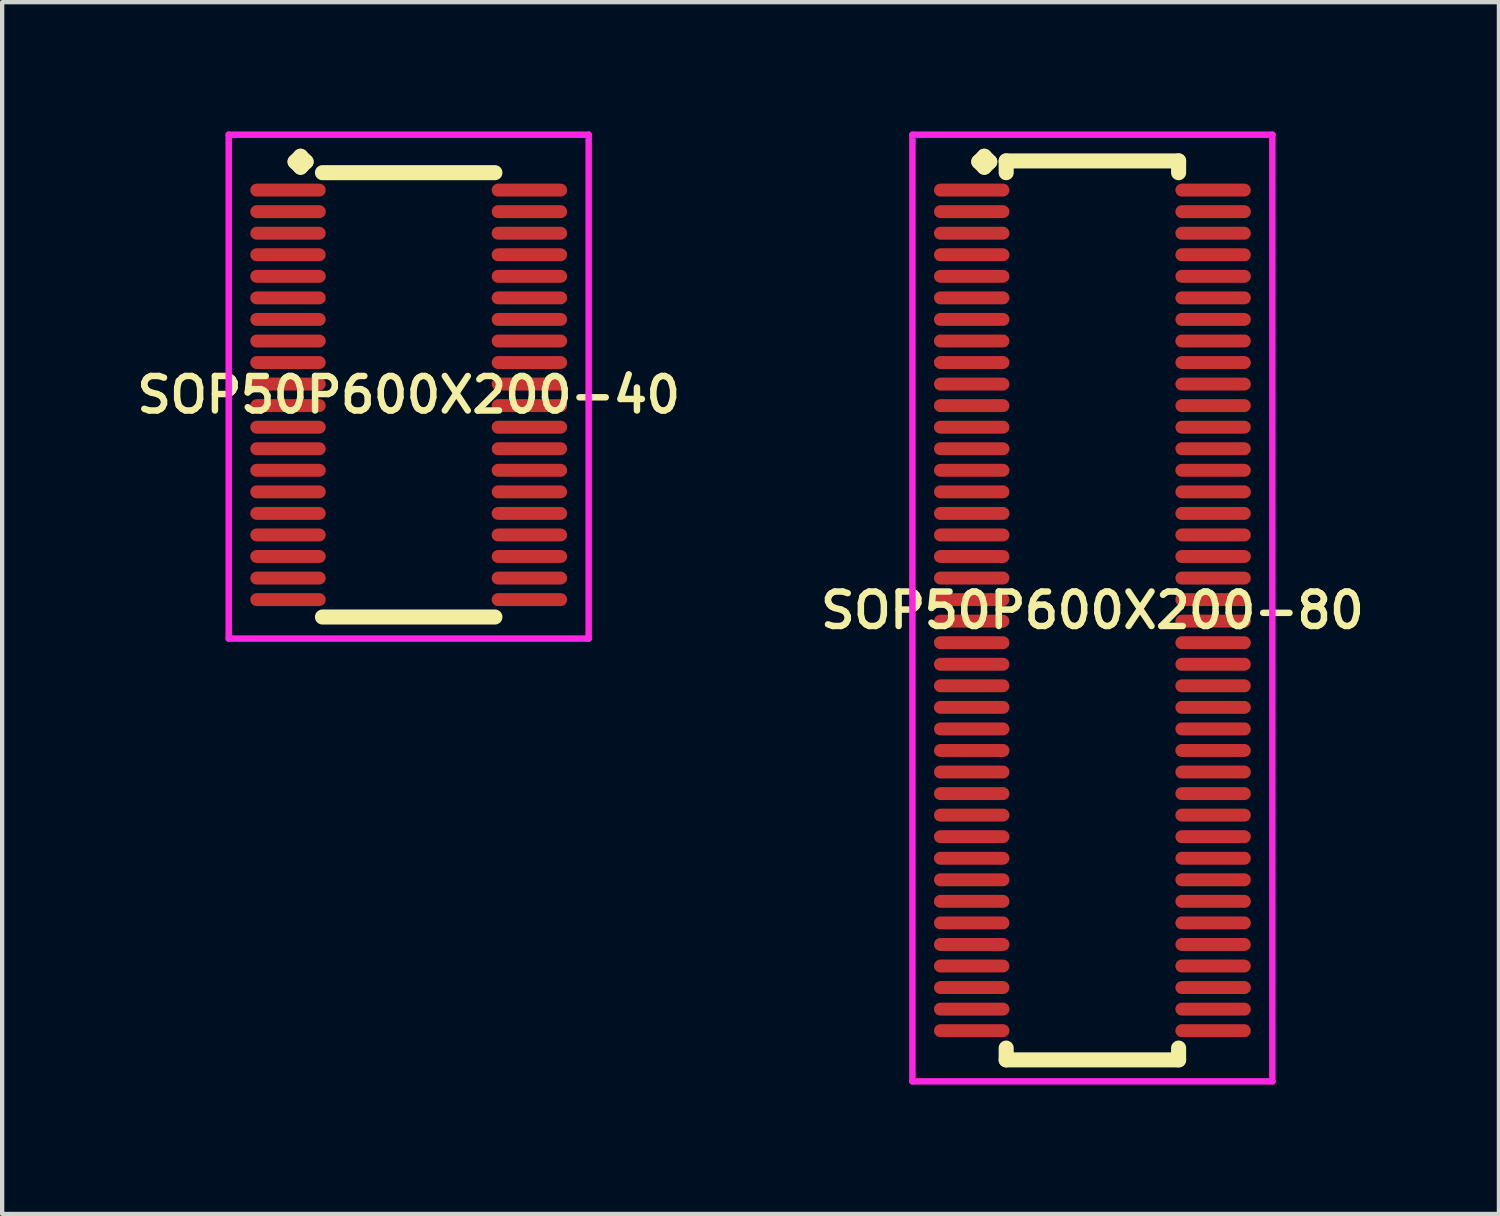
<source format=kicad_pcb>
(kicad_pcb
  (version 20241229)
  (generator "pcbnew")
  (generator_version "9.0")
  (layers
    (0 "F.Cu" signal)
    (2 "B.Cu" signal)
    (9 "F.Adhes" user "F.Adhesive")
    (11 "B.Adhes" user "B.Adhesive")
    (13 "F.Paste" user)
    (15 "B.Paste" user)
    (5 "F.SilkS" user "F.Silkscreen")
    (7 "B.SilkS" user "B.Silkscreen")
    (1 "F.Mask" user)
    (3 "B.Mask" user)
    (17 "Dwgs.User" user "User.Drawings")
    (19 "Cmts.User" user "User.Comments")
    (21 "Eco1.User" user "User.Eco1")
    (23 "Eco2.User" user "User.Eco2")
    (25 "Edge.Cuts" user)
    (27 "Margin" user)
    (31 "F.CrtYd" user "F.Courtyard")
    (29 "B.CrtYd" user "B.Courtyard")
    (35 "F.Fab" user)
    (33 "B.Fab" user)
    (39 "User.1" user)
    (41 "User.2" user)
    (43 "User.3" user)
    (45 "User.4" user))
  (footprint "SOP50P600X200-80"
    (layer "F.Cu")
    (at 22.292 11.11)
    (property "Reference" "SOP50P600X200-80" (at 0 0 0) (layer "F.SilkS") (effects (font (size 0.8 0.8) (thickness 0.15))))
    (attr smd)
    (fp_line (start -2.635 -10.408) (end -2.508 -10.535) (stroke (width 0.35) (type solid)) (layer "F.SilkS"))
    (fp_line (start -2.508 -10.535) (end -2.381 -10.408) (stroke (width 0.35) (type solid)) (layer "F.SilkS"))
    (fp_line (start -2.508 -10.281) (end -2.635 -10.408) (stroke (width 0.35) (type solid)) (layer "F.SilkS"))
    (fp_line (start -2.381 -10.408) (end -2.508 -10.281) (stroke (width 0.35) (type solid)) (layer "F.SilkS"))
    (fp_line (start -2 -10.427) (end 2 -10.427) (stroke (width 0.35) (type solid)) (layer "F.SilkS"))
    (fp_line (start -2 -10.154) (end -2 -10.427) (stroke (width 0.35) (type solid)) (layer "F.SilkS"))
    (fp_line (start -2 10.154) (end -2 10.427) (stroke (width 0.35) (type solid)) (layer "F.SilkS"))
    (fp_line (start -2 10.427) (end 2 10.427) (stroke (width 0.35) (type solid)) (layer "F.SilkS"))
    (fp_line (start 2 -10.427) (end 2 -10.154) (stroke (width 0.35) (type solid)) (layer "F.SilkS"))
    (fp_line (start 2 10.427) (end 2 10.154) (stroke (width 0.35) (type solid)) (layer "F.SilkS"))
    (fp_line (start -4.175 -11.035) (end 4.175 -11.035) (stroke (width 0.15) (type solid)) (layer "F.CrtYd"))
    (fp_line (start -4.175 10.927) (end -4.175 -11.035) (stroke (width 0.15) (type solid)) (layer "F.CrtYd"))
    (fp_line (start 4.175 -11.035) (end 4.175 10.927) (stroke (width 0.15) (type solid)) (layer "F.CrtYd"))
    (fp_line (start 4.175 10.927) (end -4.175 10.927) (stroke (width 0.15) (type solid)) (layer "F.CrtYd"))
    (pad "1" smd oval (at -2.8 -9.75) (size 1.75 0.3) (layers "F.Cu" "F.Mask" "F.Paste"))
    (pad "2" smd oval (at -2.8 -9.25) (size 1.75 0.3) (layers "F.Cu" "F.Mask" "F.Paste"))
    (pad "3" smd oval (at -2.8 -8.75) (size 1.75 0.3) (layers "F.Cu" "F.Mask" "F.Paste"))
    (pad "4" smd oval (at -2.8 -8.25) (size 1.75 0.3) (layers "F.Cu" "F.Mask" "F.Paste"))
    (pad "5" smd oval (at -2.8 -7.75) (size 1.75 0.3) (layers "F.Cu" "F.Mask" "F.Paste"))
    (pad "6" smd oval (at -2.8 -7.25) (size 1.75 0.3) (layers "F.Cu" "F.Mask" "F.Paste"))
    (pad "7" smd oval (at -2.8 -6.75) (size 1.75 0.3) (layers "F.Cu" "F.Mask" "F.Paste"))
    (pad "8" smd oval (at -2.8 -6.25) (size 1.75 0.3) (layers "F.Cu" "F.Mask" "F.Paste"))
    (pad "9" smd oval (at -2.8 -5.75) (size 1.75 0.3) (layers "F.Cu" "F.Mask" "F.Paste"))
    (pad "10" smd oval (at -2.8 -5.25) (size 1.75 0.3) (layers "F.Cu" "F.Mask" "F.Paste"))
    (pad "11" smd oval (at -2.8 -4.75) (size 1.75 0.3) (layers "F.Cu" "F.Mask" "F.Paste"))
    (pad "12" smd oval (at -2.8 -4.25) (size 1.75 0.3) (layers "F.Cu" "F.Mask" "F.Paste"))
    (pad "13" smd oval (at -2.8 -3.75) (size 1.75 0.3) (layers "F.Cu" "F.Mask" "F.Paste"))
    (pad "14" smd oval (at -2.8 -3.25) (size 1.75 0.3) (layers "F.Cu" "F.Mask" "F.Paste"))
    (pad "15" smd oval (at -2.8 -2.75) (size 1.75 0.3) (layers "F.Cu" "F.Mask" "F.Paste"))
    (pad "16" smd oval (at -2.8 -2.25) (size 1.75 0.3) (layers "F.Cu" "F.Mask" "F.Paste"))
    (pad "17" smd oval (at -2.8 -1.75) (size 1.75 0.3) (layers "F.Cu" "F.Mask" "F.Paste"))
    (pad "18" smd oval (at -2.8 -1.25) (size 1.75 0.3) (layers "F.Cu" "F.Mask" "F.Paste"))
    (pad "19" smd oval (at -2.8 -0.75) (size 1.75 0.3) (layers "F.Cu" "F.Mask" "F.Paste"))
    (pad "20" smd oval (at -2.8 -0.25) (size 1.75 0.3) (layers "F.Cu" "F.Mask" "F.Paste"))
    (pad "21" smd oval (at -2.8 0.25) (size 1.75 0.3) (layers "F.Cu" "F.Mask" "F.Paste"))
    (pad "22" smd oval (at -2.8 0.75) (size 1.75 0.3) (layers "F.Cu" "F.Mask" "F.Paste"))
    (pad "23" smd oval (at -2.8 1.25) (size 1.75 0.3) (layers "F.Cu" "F.Mask" "F.Paste"))
    (pad "24" smd oval (at -2.8 1.75) (size 1.75 0.3) (layers "F.Cu" "F.Mask" "F.Paste"))
    (pad "25" smd oval (at -2.8 2.25) (size 1.75 0.3) (layers "F.Cu" "F.Mask" "F.Paste"))
    (pad "26" smd oval (at -2.8 2.75) (size 1.75 0.3) (layers "F.Cu" "F.Mask" "F.Paste"))
    (pad "27" smd oval (at -2.8 3.25) (size 1.75 0.3) (layers "F.Cu" "F.Mask" "F.Paste"))
    (pad "28" smd oval (at -2.8 3.75) (size 1.75 0.3) (layers "F.Cu" "F.Mask" "F.Paste"))
    (pad "29" smd oval (at -2.8 4.25) (size 1.75 0.3) (layers "F.Cu" "F.Mask" "F.Paste"))
    (pad "30" smd oval (at -2.8 4.75) (size 1.75 0.3) (layers "F.Cu" "F.Mask" "F.Paste"))
    (pad "31" smd oval (at -2.8 5.25) (size 1.75 0.3) (layers "F.Cu" "F.Mask" "F.Paste"))
    (pad "32" smd oval (at -2.8 5.75) (size 1.75 0.3) (layers "F.Cu" "F.Mask" "F.Paste"))
    (pad "33" smd oval (at -2.8 6.25) (size 1.75 0.3) (layers "F.Cu" "F.Mask" "F.Paste"))
    (pad "34" smd oval (at -2.8 6.75) (size 1.75 0.3) (layers "F.Cu" "F.Mask" "F.Paste"))
    (pad "35" smd oval (at -2.8 7.25) (size 1.75 0.3) (layers "F.Cu" "F.Mask" "F.Paste"))
    (pad "36" smd oval (at -2.8 7.75) (size 1.75 0.3) (layers "F.Cu" "F.Mask" "F.Paste"))
    (pad "37" smd oval (at -2.8 8.25) (size 1.75 0.3) (layers "F.Cu" "F.Mask" "F.Paste"))
    (pad "38" smd oval (at -2.8 8.75) (size 1.75 0.3) (layers "F.Cu" "F.Mask" "F.Paste"))
    (pad "39" smd oval (at -2.8 9.25) (size 1.75 0.3) (layers "F.Cu" "F.Mask" "F.Paste"))
    (pad "40" smd oval (at -2.8 9.75) (size 1.75 0.3) (layers "F.Cu" "F.Mask" "F.Paste"))
    (pad "41" smd oval (at 2.8 9.75) (size 1.75 0.3) (layers "F.Cu" "F.Mask" "F.Paste"))
    (pad "42" smd oval (at 2.8 9.25) (size 1.75 0.3) (layers "F.Cu" "F.Mask" "F.Paste"))
    (pad "43" smd oval (at 2.8 8.75) (size 1.75 0.3) (layers "F.Cu" "F.Mask" "F.Paste"))
    (pad "44" smd oval (at 2.8 8.25) (size 1.75 0.3) (layers "F.Cu" "F.Mask" "F.Paste"))
    (pad "45" smd oval (at 2.8 7.75) (size 1.75 0.3) (layers "F.Cu" "F.Mask" "F.Paste"))
    (pad "46" smd oval (at 2.8 7.25) (size 1.75 0.3) (layers "F.Cu" "F.Mask" "F.Paste"))
    (pad "47" smd oval (at 2.8 6.75) (size 1.75 0.3) (layers "F.Cu" "F.Mask" "F.Paste"))
    (pad "48" smd oval (at 2.8 6.25) (size 1.75 0.3) (layers "F.Cu" "F.Mask" "F.Paste"))
    (pad "49" smd oval (at 2.8 5.75) (size 1.75 0.3) (layers "F.Cu" "F.Mask" "F.Paste"))
    (pad "50" smd oval (at 2.8 5.25) (size 1.75 0.3) (layers "F.Cu" "F.Mask" "F.Paste"))
    (pad "51" smd oval (at 2.8 4.75) (size 1.75 0.3) (layers "F.Cu" "F.Mask" "F.Paste"))
    (pad "52" smd oval (at 2.8 4.25) (size 1.75 0.3) (layers "F.Cu" "F.Mask" "F.Paste"))
    (pad "53" smd oval (at 2.8 3.75) (size 1.75 0.3) (layers "F.Cu" "F.Mask" "F.Paste"))
    (pad "54" smd oval (at 2.8 3.25) (size 1.75 0.3) (layers "F.Cu" "F.Mask" "F.Paste"))
    (pad "55" smd oval (at 2.8 2.75) (size 1.75 0.3) (layers "F.Cu" "F.Mask" "F.Paste"))
    (pad "56" smd oval (at 2.8 2.25) (size 1.75 0.3) (layers "F.Cu" "F.Mask" "F.Paste"))
    (pad "57" smd oval (at 2.8 1.75) (size 1.75 0.3) (layers "F.Cu" "F.Mask" "F.Paste"))
    (pad "58" smd oval (at 2.8 1.25) (size 1.75 0.3) (layers "F.Cu" "F.Mask" "F.Paste"))
    (pad "59" smd oval (at 2.8 0.75) (size 1.75 0.3) (layers "F.Cu" "F.Mask" "F.Paste"))
    (pad "60" smd oval (at 2.8 0.25) (size 1.75 0.3) (layers "F.Cu" "F.Mask" "F.Paste"))
    (pad "61" smd oval (at 2.8 -0.25) (size 1.75 0.3) (layers "F.Cu" "F.Mask" "F.Paste"))
    (pad "62" smd oval (at 2.8 -0.75) (size 1.75 0.3) (layers "F.Cu" "F.Mask" "F.Paste"))
    (pad "63" smd oval (at 2.8 -1.25) (size 1.75 0.3) (layers "F.Cu" "F.Mask" "F.Paste"))
    (pad "64" smd oval (at 2.8 -1.75) (size 1.75 0.3) (layers "F.Cu" "F.Mask" "F.Paste"))
    (pad "65" smd oval (at 2.8 -2.25) (size 1.75 0.3) (layers "F.Cu" "F.Mask" "F.Paste"))
    (pad "66" smd oval (at 2.8 -2.75) (size 1.75 0.3) (layers "F.Cu" "F.Mask" "F.Paste"))
    (pad "67" smd oval (at 2.8 -3.25) (size 1.75 0.3) (layers "F.Cu" "F.Mask" "F.Paste"))
    (pad "68" smd oval (at 2.8 -3.75) (size 1.75 0.3) (layers "F.Cu" "F.Mask" "F.Paste"))
    (pad "69" smd oval (at 2.8 -4.25) (size 1.75 0.3) (layers "F.Cu" "F.Mask" "F.Paste"))
    (pad "70" smd oval (at 2.8 -4.75) (size 1.75 0.3) (layers "F.Cu" "F.Mask" "F.Paste"))
    (pad "71" smd oval (at 2.8 -5.25) (size 1.75 0.3) (layers "F.Cu" "F.Mask" "F.Paste"))
    (pad "72" smd oval (at 2.8 -5.75) (size 1.75 0.3) (layers "F.Cu" "F.Mask" "F.Paste"))
    (pad "73" smd oval (at 2.8 -6.25) (size 1.75 0.3) (layers "F.Cu" "F.Mask" "F.Paste"))
    (pad "74" smd oval (at 2.8 -6.75) (size 1.75 0.3) (layers "F.Cu" "F.Mask" "F.Paste"))
    (pad "75" smd oval (at 2.8 -7.25) (size 1.75 0.3) (layers "F.Cu" "F.Mask" "F.Paste"))
    (pad "76" smd oval (at 2.8 -7.75) (size 1.75 0.3) (layers "F.Cu" "F.Mask" "F.Paste"))
    (pad "77" smd oval (at 2.8 -8.25) (size 1.75 0.3) (layers "F.Cu" "F.Mask" "F.Paste"))
    (pad "78" smd oval (at 2.8 -8.75) (size 1.75 0.3) (layers "F.Cu" "F.Mask" "F.Paste"))
    (pad "79" smd oval (at 2.8 -9.25) (size 1.75 0.3) (layers "F.Cu" "F.Mask" "F.Paste"))
    (pad "80" smd oval (at 2.8 -9.75) (size 1.75 0.3) (layers "F.Cu" "F.Mask" "F.Paste")))
  (footprint "SOP50P600X200-40"
    (layer "F.Cu")
    (at 6.431 6.11)
    (property "Reference" "SOP50P600X200-40" (at 0 0 0) (layer "F.SilkS") (effects (font (size 0.8 0.8) (thickness 0.15))))
    (attr smd)
    (fp_line (start -2.635 -5.408) (end -2.508 -5.535) (stroke (width 0.35) (type solid)) (layer "F.SilkS"))
    (fp_line (start -2.508 -5.535) (end -2.381 -5.408) (stroke (width 0.35) (type solid)) (layer "F.SilkS"))
    (fp_line (start -2.508 -5.281) (end -2.635 -5.408) (stroke (width 0.35) (type solid)) (layer "F.SilkS"))
    (fp_line (start -2.381 -5.408) (end -2.508 -5.281) (stroke (width 0.35) (type solid)) (layer "F.SilkS"))
    (fp_line (start -2 -5.154) (end 2 -5.154) (stroke (width 0.35) (type solid)) (layer "F.SilkS"))
    (fp_line (start -2 5.154) (end 2 5.154) (stroke (width 0.35) (type solid)) (layer "F.SilkS"))
    (fp_line (start -4.175 -6.035) (end 4.175 -6.035) (stroke (width 0.15) (type solid)) (layer "F.CrtYd"))
    (fp_line (start -4.175 5.654) (end -4.175 -6.035) (stroke (width 0.15) (type solid)) (layer "F.CrtYd"))
    (fp_line (start 4.175 -6.035) (end 4.175 5.654) (stroke (width 0.15) (type solid)) (layer "F.CrtYd"))
    (fp_line (start 4.175 5.654) (end -4.175 5.654) (stroke (width 0.15) (type solid)) (layer "F.CrtYd"))
    (pad "1" smd oval (at -2.8 -4.75) (size 1.75 0.3) (layers "F.Cu" "F.Mask" "F.Paste"))
    (pad "2" smd oval (at -2.8 -4.25) (size 1.75 0.3) (layers "F.Cu" "F.Mask" "F.Paste"))
    (pad "3" smd oval (at -2.8 -3.75) (size 1.75 0.3) (layers "F.Cu" "F.Mask" "F.Paste"))
    (pad "4" smd oval (at -2.8 -3.25) (size 1.75 0.3) (layers "F.Cu" "F.Mask" "F.Paste"))
    (pad "5" smd oval (at -2.8 -2.75) (size 1.75 0.3) (layers "F.Cu" "F.Mask" "F.Paste"))
    (pad "6" smd oval (at -2.8 -2.25) (size 1.75 0.3) (layers "F.Cu" "F.Mask" "F.Paste"))
    (pad "7" smd oval (at -2.8 -1.75) (size 1.75 0.3) (layers "F.Cu" "F.Mask" "F.Paste"))
    (pad "8" smd oval (at -2.8 -1.25) (size 1.75 0.3) (layers "F.Cu" "F.Mask" "F.Paste"))
    (pad "9" smd oval (at -2.8 -0.75) (size 1.75 0.3) (layers "F.Cu" "F.Mask" "F.Paste"))
    (pad "10" smd oval (at -2.8 -0.25) (size 1.75 0.3) (layers "F.Cu" "F.Mask" "F.Paste"))
    (pad "11" smd oval (at -2.8 0.25) (size 1.75 0.3) (layers "F.Cu" "F.Mask" "F.Paste"))
    (pad "12" smd oval (at -2.8 0.75) (size 1.75 0.3) (layers "F.Cu" "F.Mask" "F.Paste"))
    (pad "13" smd oval (at -2.8 1.25) (size 1.75 0.3) (layers "F.Cu" "F.Mask" "F.Paste"))
    (pad "14" smd oval (at -2.8 1.75) (size 1.75 0.3) (layers "F.Cu" "F.Mask" "F.Paste"))
    (pad "15" smd oval (at -2.8 2.25) (size 1.75 0.3) (layers "F.Cu" "F.Mask" "F.Paste"))
    (pad "16" smd oval (at -2.8 2.75) (size 1.75 0.3) (layers "F.Cu" "F.Mask" "F.Paste"))
    (pad "17" smd oval (at -2.8 3.25) (size 1.75 0.3) (layers "F.Cu" "F.Mask" "F.Paste"))
    (pad "18" smd oval (at -2.8 3.75) (size 1.75 0.3) (layers "F.Cu" "F.Mask" "F.Paste"))
    (pad "19" smd oval (at -2.8 4.25) (size 1.75 0.3) (layers "F.Cu" "F.Mask" "F.Paste"))
    (pad "20" smd oval (at -2.8 4.75) (size 1.75 0.3) (layers "F.Cu" "F.Mask" "F.Paste"))
    (pad "21" smd oval (at 2.8 4.75) (size 1.75 0.3) (layers "F.Cu" "F.Mask" "F.Paste"))
    (pad "22" smd oval (at 2.8 4.25) (size 1.75 0.3) (layers "F.Cu" "F.Mask" "F.Paste"))
    (pad "23" smd oval (at 2.8 3.75) (size 1.75 0.3) (layers "F.Cu" "F.Mask" "F.Paste"))
    (pad "24" smd oval (at 2.8 3.25) (size 1.75 0.3) (layers "F.Cu" "F.Mask" "F.Paste"))
    (pad "25" smd oval (at 2.8 2.75) (size 1.75 0.3) (layers "F.Cu" "F.Mask" "F.Paste"))
    (pad "26" smd oval (at 2.8 2.25) (size 1.75 0.3) (layers "F.Cu" "F.Mask" "F.Paste"))
    (pad "27" smd oval (at 2.8 1.75) (size 1.75 0.3) (layers "F.Cu" "F.Mask" "F.Paste"))
    (pad "28" smd oval (at 2.8 1.25) (size 1.75 0.3) (layers "F.Cu" "F.Mask" "F.Paste"))
    (pad "29" smd oval (at 2.8 0.75) (size 1.75 0.3) (layers "F.Cu" "F.Mask" "F.Paste"))
    (pad "30" smd oval (at 2.8 0.25) (size 1.75 0.3) (layers "F.Cu" "F.Mask" "F.Paste"))
    (pad "31" smd oval (at 2.8 -0.25) (size 1.75 0.3) (layers "F.Cu" "F.Mask" "F.Paste"))
    (pad "32" smd oval (at 2.8 -0.75) (size 1.75 0.3) (layers "F.Cu" "F.Mask" "F.Paste"))
    (pad "33" smd oval (at 2.8 -1.25) (size 1.75 0.3) (layers "F.Cu" "F.Mask" "F.Paste"))
    (pad "34" smd oval (at 2.8 -1.75) (size 1.75 0.3) (layers "F.Cu" "F.Mask" "F.Paste"))
    (pad "35" smd oval (at 2.8 -2.25) (size 1.75 0.3) (layers "F.Cu" "F.Mask" "F.Paste"))
    (pad "36" smd oval (at 2.8 -2.75) (size 1.75 0.3) (layers "F.Cu" "F.Mask" "F.Paste"))
    (pad "37" smd oval (at 2.8 -3.25) (size 1.75 0.3) (layers "F.Cu" "F.Mask" "F.Paste"))
    (pad "38" smd oval (at 2.8 -3.75) (size 1.75 0.3) (layers "F.Cu" "F.Mask" "F.Paste"))
    (pad "39" smd oval (at 2.8 -4.25) (size 1.75 0.3) (layers "F.Cu" "F.Mask" "F.Paste"))
    (pad "40" smd oval (at 2.8 -4.75) (size 1.75 0.3) (layers "F.Cu" "F.Mask" "F.Paste")))
  (gr_rect
    (start -3 -3)
    (end 31.723 25.112)
    (stroke (width 0.1) (type default))
    (fill no)
    (layer "Edge.Cuts")))
</source>
